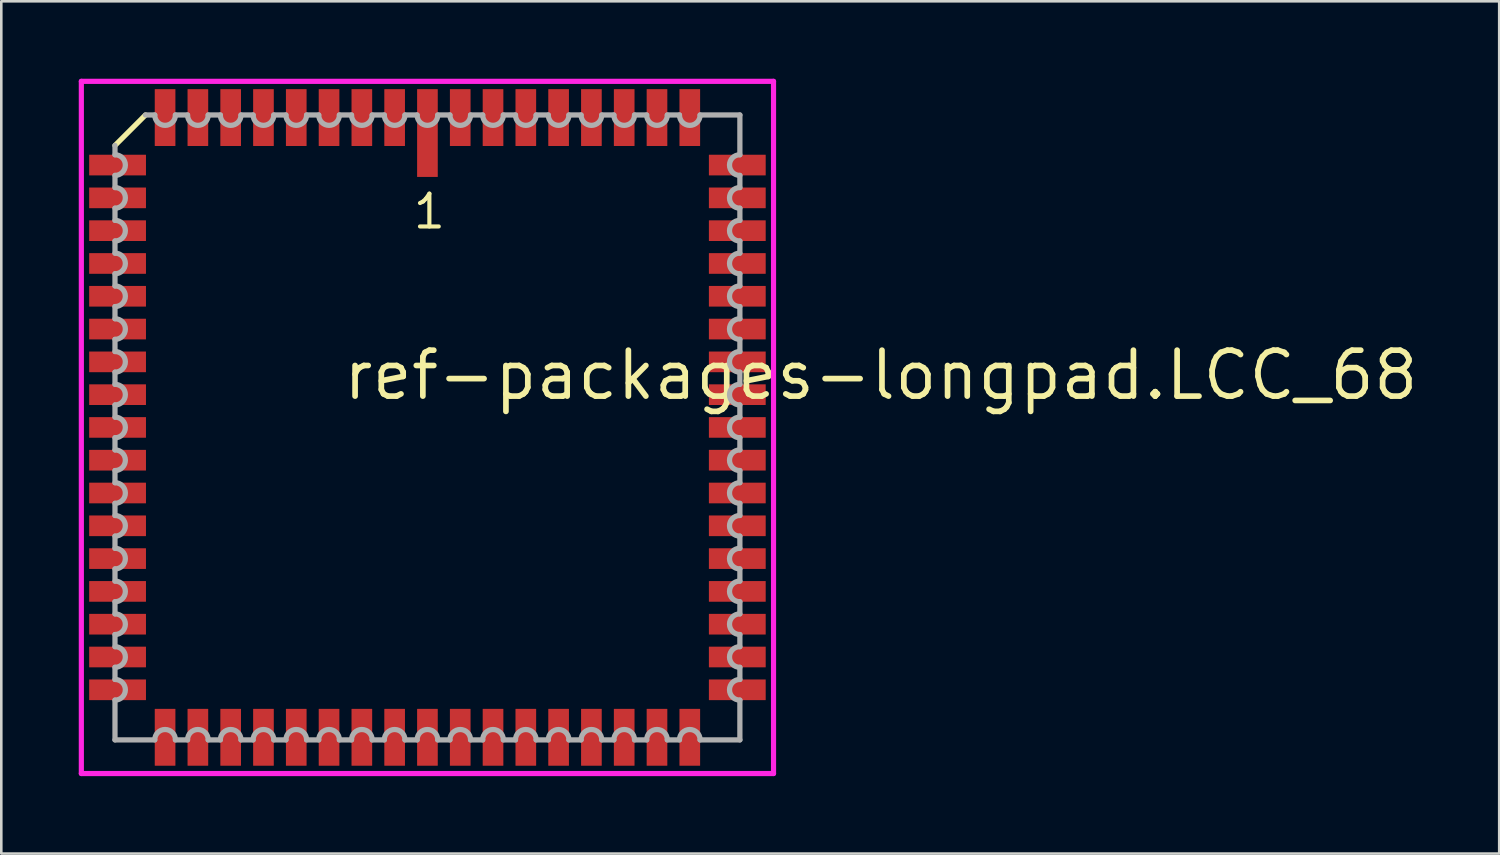
<source format=kicad_pcb>
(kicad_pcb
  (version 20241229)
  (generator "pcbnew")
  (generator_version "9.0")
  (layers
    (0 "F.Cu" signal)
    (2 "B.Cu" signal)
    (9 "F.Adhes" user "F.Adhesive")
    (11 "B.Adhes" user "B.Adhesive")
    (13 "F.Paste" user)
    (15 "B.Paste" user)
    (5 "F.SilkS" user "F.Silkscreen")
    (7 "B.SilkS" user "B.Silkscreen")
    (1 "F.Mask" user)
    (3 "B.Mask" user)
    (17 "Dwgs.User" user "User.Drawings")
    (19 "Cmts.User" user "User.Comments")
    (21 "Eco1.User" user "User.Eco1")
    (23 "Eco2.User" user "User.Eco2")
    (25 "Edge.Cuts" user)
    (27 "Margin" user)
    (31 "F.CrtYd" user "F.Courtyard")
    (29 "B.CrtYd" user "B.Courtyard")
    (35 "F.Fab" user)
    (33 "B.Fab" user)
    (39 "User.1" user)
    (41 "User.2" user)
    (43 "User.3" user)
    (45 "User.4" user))
  (footprint "ref-packages-longpad.LCC_68"
    (layer "F.Cu")
    (at 13.503 13.503)
    (property "Reference" "ref-packages-longpad.LCC_68" (at -3.37 -0.985 0) (layer "F.SilkS") (effects (font (size 1.778 1.778) (thickness 0.22)) (justify left bottom)))
    (attr smd)
    (fp_line (start -10.92 -12.1) (end -12.1 -10.92) (stroke (width 0.203) (type default)) (layer "F.SilkS"))
    (fp_line (start -13.403 -13.403) (end 13.403 -13.403) (stroke (width 0.2) (type default)) (layer "F.CrtYd"))
    (fp_line (start -13.403 13.403) (end -13.403 -13.403) (stroke (width 0.2) (type default)) (layer "F.CrtYd"))
    (fp_line (start 13.403 -13.403) (end 13.403 13.403) (stroke (width 0.2) (type default)) (layer "F.CrtYd"))
    (fp_line (start 13.403 13.403) (end -13.403 13.403) (stroke (width 0.2) (type default)) (layer "F.CrtYd"))
    (fp_line (start -12.1 -10.92) (end -12.1 -10.56) (stroke (width 0.203) (type default)) (layer "F.Fab"))
    (fp_line (start -12.1 -9.76) (end -12.1 -9.29) (stroke (width 0.203) (type default)) (layer "F.Fab"))
    (fp_line (start -12.1 -8.49) (end -12.1 -8.02) (stroke (width 0.203) (type default)) (layer "F.Fab"))
    (fp_line (start -12.1 -7.22) (end -12.1 -6.75) (stroke (width 0.203) (type default)) (layer "F.Fab"))
    (fp_line (start -12.1 -5.95) (end -12.1 -5.48) (stroke (width 0.203) (type default)) (layer "F.Fab"))
    (fp_line (start -12.1 -4.68) (end -12.1 -4.21) (stroke (width 0.203) (type default)) (layer "F.Fab"))
    (fp_line (start -12.1 -3.41) (end -12.1 -2.94) (stroke (width 0.203) (type default)) (layer "F.Fab"))
    (fp_line (start -12.1 -2.14) (end -12.1 -1.67) (stroke (width 0.203) (type default)) (layer "F.Fab"))
    (fp_line (start -12.1 -0.87) (end -12.1 -0.4) (stroke (width 0.203) (type default)) (layer "F.Fab"))
    (fp_line (start -12.1 0.4) (end -12.1 0.87) (stroke (width 0.203) (type default)) (layer "F.Fab"))
    (fp_line (start -12.1 1.67) (end -12.1 2.14) (stroke (width 0.203) (type default)) (layer "F.Fab"))
    (fp_line (start -12.1 2.94) (end -12.1 3.41) (stroke (width 0.203) (type default)) (layer "F.Fab"))
    (fp_line (start -12.1 4.21) (end -12.1 4.68) (stroke (width 0.203) (type default)) (layer "F.Fab"))
    (fp_line (start -12.1 5.48) (end -12.1 5.95) (stroke (width 0.203) (type default)) (layer "F.Fab"))
    (fp_line (start -12.1 6.75) (end -12.1 7.22) (stroke (width 0.203) (type default)) (layer "F.Fab"))
    (fp_line (start -12.1 8.02) (end -12.1 8.49) (stroke (width 0.203) (type default)) (layer "F.Fab"))
    (fp_line (start -12.1 9.29) (end -12.1 9.76) (stroke (width 0.203) (type default)) (layer "F.Fab"))
    (fp_line (start -12.1 10.56) (end -12.1 12.1) (stroke (width 0.203) (type default)) (layer "F.Fab"))
    (fp_line (start -12.1 12.1) (end -10.56 12.1) (stroke (width 0.203) (type default)) (layer "F.Fab"))
    (fp_line (start -10.56 -12.1) (end -10.92 -12.1) (stroke (width 0.203) (type default)) (layer "F.Fab"))
    (fp_line (start -9.76 12.1) (end -9.29 12.1) (stroke (width 0.203) (type default)) (layer "F.Fab"))
    (fp_line (start -9.29 -12.1) (end -9.76 -12.1) (stroke (width 0.203) (type default)) (layer "F.Fab"))
    (fp_line (start -8.49 12.1) (end -8.02 12.1) (stroke (width 0.203) (type default)) (layer "F.Fab"))
    (fp_line (start -8.02 -12.1) (end -8.49 -12.1) (stroke (width 0.203) (type default)) (layer "F.Fab"))
    (fp_line (start -7.22 12.1) (end -6.75 12.1) (stroke (width 0.203) (type default)) (layer "F.Fab"))
    (fp_line (start -6.75 -12.1) (end -7.22 -12.1) (stroke (width 0.203) (type default)) (layer "F.Fab"))
    (fp_line (start -5.95 12.1) (end -5.48 12.1) (stroke (width 0.203) (type default)) (layer "F.Fab"))
    (fp_line (start -5.48 -12.1) (end -5.95 -12.1) (stroke (width 0.203) (type default)) (layer "F.Fab"))
    (fp_line (start -4.68 12.1) (end -4.21 12.1) (stroke (width 0.203) (type default)) (layer "F.Fab"))
    (fp_line (start -4.21 -12.1) (end -4.68 -12.1) (stroke (width 0.203) (type default)) (layer "F.Fab"))
    (fp_line (start -3.41 12.1) (end -2.94 12.1) (stroke (width 0.203) (type default)) (layer "F.Fab"))
    (fp_line (start -2.94 -12.1) (end -3.41 -12.1) (stroke (width 0.203) (type default)) (layer "F.Fab"))
    (fp_line (start -2.14 12.1) (end -1.67 12.1) (stroke (width 0.203) (type default)) (layer "F.Fab"))
    (fp_line (start -1.67 -12.1) (end -2.14 -12.1) (stroke (width 0.203) (type default)) (layer "F.Fab"))
    (fp_line (start -0.87 12.1) (end -0.4 12.1) (stroke (width 0.203) (type default)) (layer "F.Fab"))
    (fp_line (start -0.4 -12.1) (end -0.87 -12.1) (stroke (width 0.203) (type default)) (layer "F.Fab"))
    (fp_line (start 0.4 12.1) (end 0.87 12.1) (stroke (width 0.203) (type default)) (layer "F.Fab"))
    (fp_line (start 0.87 -12.1) (end 0.4 -12.1) (stroke (width 0.203) (type default)) (layer "F.Fab"))
    (fp_line (start 1.67 12.1) (end 2.14 12.1) (stroke (width 0.203) (type default)) (layer "F.Fab"))
    (fp_line (start 2.14 -12.1) (end 1.67 -12.1) (stroke (width 0.203) (type default)) (layer "F.Fab"))
    (fp_line (start 2.94 12.1) (end 3.41 12.1) (stroke (width 0.203) (type default)) (layer "F.Fab"))
    (fp_line (start 3.41 -12.1) (end 2.94 -12.1) (stroke (width 0.203) (type default)) (layer "F.Fab"))
    (fp_line (start 4.21 12.1) (end 4.68 12.1) (stroke (width 0.203) (type default)) (layer "F.Fab"))
    (fp_line (start 4.68 -12.1) (end 4.21 -12.1) (stroke (width 0.203) (type default)) (layer "F.Fab"))
    (fp_line (start 5.48 12.1) (end 5.95 12.1) (stroke (width 0.203) (type default)) (layer "F.Fab"))
    (fp_line (start 5.95 -12.1) (end 5.48 -12.1) (stroke (width 0.203) (type default)) (layer "F.Fab"))
    (fp_line (start 6.75 12.1) (end 7.22 12.1) (stroke (width 0.203) (type default)) (layer "F.Fab"))
    (fp_line (start 7.22 -12.1) (end 6.75 -12.1) (stroke (width 0.203) (type default)) (layer "F.Fab"))
    (fp_line (start 8.02 12.1) (end 8.49 12.1) (stroke (width 0.203) (type default)) (layer "F.Fab"))
    (fp_line (start 8.49 -12.1) (end 8.02 -12.1) (stroke (width 0.203) (type default)) (layer "F.Fab"))
    (fp_line (start 9.29 12.1) (end 9.76 12.1) (stroke (width 0.203) (type default)) (layer "F.Fab"))
    (fp_line (start 9.76 -12.1) (end 9.29 -12.1) (stroke (width 0.203) (type default)) (layer "F.Fab"))
    (fp_line (start 10.56 12.1) (end 12.1 12.1) (stroke (width 0.203) (type default)) (layer "F.Fab"))
    (fp_line (start 12.1 -12.1) (end 10.56 -12.1) (stroke (width 0.203) (type default)) (layer "F.Fab"))
    (fp_line (start 12.1 -10.56) (end 12.1 -12.1) (stroke (width 0.203) (type default)) (layer "F.Fab"))
    (fp_line (start 12.1 -9.29) (end 12.1 -9.76) (stroke (width 0.203) (type default)) (layer "F.Fab"))
    (fp_line (start 12.1 -8.02) (end 12.1 -8.49) (stroke (width 0.203) (type default)) (layer "F.Fab"))
    (fp_line (start 12.1 -6.75) (end 12.1 -7.22) (stroke (width 0.203) (type default)) (layer "F.Fab"))
    (fp_line (start 12.1 -5.48) (end 12.1 -5.95) (stroke (width 0.203) (type default)) (layer "F.Fab"))
    (fp_line (start 12.1 -4.21) (end 12.1 -4.68) (stroke (width 0.203) (type default)) (layer "F.Fab"))
    (fp_line (start 12.1 -2.94) (end 12.1 -3.41) (stroke (width 0.203) (type default)) (layer "F.Fab"))
    (fp_line (start 12.1 -1.67) (end 12.1 -2.14) (stroke (width 0.203) (type default)) (layer "F.Fab"))
    (fp_line (start 12.1 -0.4) (end 12.1 -0.87) (stroke (width 0.203) (type default)) (layer "F.Fab"))
    (fp_line (start 12.1 0.87) (end 12.1 0.4) (stroke (width 0.203) (type default)) (layer "F.Fab"))
    (fp_line (start 12.1 2.14) (end 12.1 1.67) (stroke (width 0.203) (type default)) (layer "F.Fab"))
    (fp_line (start 12.1 3.41) (end 12.1 2.94) (stroke (width 0.203) (type default)) (layer "F.Fab"))
    (fp_line (start 12.1 4.68) (end 12.1 4.21) (stroke (width 0.203) (type default)) (layer "F.Fab"))
    (fp_line (start 12.1 5.95) (end 12.1 5.48) (stroke (width 0.203) (type default)) (layer "F.Fab"))
    (fp_line (start 12.1 7.22) (end 12.1 6.75) (stroke (width 0.203) (type default)) (layer "F.Fab"))
    (fp_line (start 12.1 8.49) (end 12.1 8.02) (stroke (width 0.203) (type default)) (layer "F.Fab"))
    (fp_line (start 12.1 9.76) (end 12.1 9.29) (stroke (width 0.203) (type default)) (layer "F.Fab"))
    (fp_line (start 12.1 12.1) (end 12.1 10.56) (stroke (width 0.203) (type default)) (layer "F.Fab"))
    (fp_arc (start -12.0983 -10.56) (mid -11.6983 -10.16) (end -12.0983 -9.76) (stroke (width 0.2032) (type default)) (layer "F.Fab"))
    (fp_arc (start -12.0983 -9.29) (mid -11.6983 -8.89) (end -12.0983 -8.49) (stroke (width 0.2032) (type default)) (layer "F.Fab"))
    (fp_arc (start -12.0983 -8.02) (mid -11.6983 -7.62) (end -12.0983 -7.22) (stroke (width 0.2032) (type default)) (layer "F.Fab"))
    (fp_arc (start -12.0983 -6.75) (mid -11.6983 -6.35) (end -12.0983 -5.95) (stroke (width 0.2032) (type default)) (layer "F.Fab"))
    (fp_arc (start -12.0983 -5.48) (mid -11.6983 -5.08) (end -12.0983 -4.68) (stroke (width 0.2032) (type default)) (layer "F.Fab"))
    (fp_arc (start -12.0983 -4.21) (mid -11.6983 -3.81) (end -12.0983 -3.41) (stroke (width 0.2032) (type default)) (layer "F.Fab"))
    (fp_arc (start -12.0983 -2.94) (mid -11.6983 -2.54) (end -12.0983 -2.14) (stroke (width 0.2032) (type default)) (layer "F.Fab"))
    (fp_arc (start -12.0983 -1.67) (mid -11.6983 -1.27) (end -12.0983 -0.87) (stroke (width 0.2032) (type default)) (layer "F.Fab"))
    (fp_arc (start -12.0983 -0.4001) (mid -11.6982 0) (end -12.0983 0.4001) (stroke (width 0.2032) (type default)) (layer "F.Fab"))
    (fp_arc (start -12.0983 0.8699) (mid -11.6982 1.27) (end -12.0983 1.6701) (stroke (width 0.2032) (type default)) (layer "F.Fab"))
    (fp_arc (start -12.0983 2.1399) (mid -11.6982 2.54) (end -12.0983 2.9401) (stroke (width 0.2032) (type default)) (layer "F.Fab"))
    (fp_arc (start -12.0983 3.4099) (mid -11.6982 3.81) (end -12.0983 4.2101) (stroke (width 0.2032) (type default)) (layer "F.Fab"))
    (fp_arc (start -12.0983 4.6799) (mid -11.6982 5.08) (end -12.0983 5.4801) (stroke (width 0.2032) (type default)) (layer "F.Fab"))
    (fp_arc (start -12.0983 5.9499) (mid -11.6982 6.35) (end -12.0983 6.7501) (stroke (width 0.2032) (type default)) (layer "F.Fab"))
    (fp_arc (start -12.0983 7.2199) (mid -11.6982 7.62) (end -12.0983 8.0201) (stroke (width 0.2032) (type default)) (layer "F.Fab"))
    (fp_arc (start -12.0983 8.4899) (mid -11.6982 8.89) (end -12.0983 9.2901) (stroke (width 0.2032) (type default)) (layer "F.Fab"))
    (fp_arc (start -12.0983 9.7599) (mid -11.6982 10.16) (end -12.0983 10.5601) (stroke (width 0.2032) (type default)) (layer "F.Fab"))
    (fp_arc (start -10.5601 12.0983) (mid -10.16 11.6982) (end -9.7599 12.0983) (stroke (width 0.2032) (type default)) (layer "F.Fab"))
    (fp_arc (start -9.7599 -12.0983) (mid -10.16 -11.6982) (end -10.5601 -12.0983) (stroke (width 0.2032) (type default)) (layer "F.Fab"))
    (fp_arc (start -9.2901 12.0983) (mid -8.89 11.6982) (end -8.4899 12.0983) (stroke (width 0.2032) (type default)) (layer "F.Fab"))
    (fp_arc (start -8.4899 -12.0983) (mid -8.89 -11.6982) (end -9.2901 -12.0983) (stroke (width 0.2032) (type default)) (layer "F.Fab"))
    (fp_arc (start -8.0201 12.0983) (mid -7.62 11.6982) (end -7.2199 12.0983) (stroke (width 0.2032) (type default)) (layer "F.Fab"))
    (fp_arc (start -7.2199 -12.0983) (mid -7.62 -11.6982) (end -8.0201 -12.0983) (stroke (width 0.2032) (type default)) (layer "F.Fab"))
    (fp_arc (start -6.7501 12.0983) (mid -6.35 11.6982) (end -5.9499 12.0983) (stroke (width 0.2032) (type default)) (layer "F.Fab"))
    (fp_arc (start -5.9499 -12.0983) (mid -6.35 -11.6982) (end -6.7501 -12.0983) (stroke (width 0.2032) (type default)) (layer "F.Fab"))
    (fp_arc (start -5.4801 12.0983) (mid -5.08 11.6982) (end -4.6799 12.0983) (stroke (width 0.2032) (type default)) (layer "F.Fab"))
    (fp_arc (start -4.6799 -12.0983) (mid -5.08 -11.6982) (end -5.4801 -12.0983) (stroke (width 0.2032) (type default)) (layer "F.Fab"))
    (fp_arc (start -4.2101 12.0983) (mid -3.81 11.6982) (end -3.4099 12.0983) (stroke (width 0.2032) (type default)) (layer "F.Fab"))
    (fp_arc (start -3.4099 -12.0983) (mid -3.81 -11.6982) (end -4.2101 -12.0983) (stroke (width 0.2032) (type default)) (layer "F.Fab"))
    (fp_arc (start -2.9401 12.0983) (mid -2.54 11.6982) (end -2.1399 12.0983) (stroke (width 0.2032) (type default)) (layer "F.Fab"))
    (fp_arc (start -2.1399 -12.0983) (mid -2.54 -11.6982) (end -2.9401 -12.0983) (stroke (width 0.2032) (type default)) (layer "F.Fab"))
    (fp_arc (start -1.6701 12.0983) (mid -1.27 11.6982) (end -0.8699 12.0983) (stroke (width 0.2032) (type default)) (layer "F.Fab"))
    (fp_arc (start -0.8699 -12.0983) (mid -1.27 -11.6982) (end -1.6701 -12.0983) (stroke (width 0.2032) (type default)) (layer "F.Fab"))
    (fp_arc (start -0.4001 12.0983) (mid 0 11.6982) (end 0.4001 12.0983) (stroke (width 0.2032) (type default)) (layer "F.Fab"))
    (fp_arc (start 0.4001 -12.0983) (mid 0 -11.6982) (end -0.4001 -12.0983) (stroke (width 0.2032) (type default)) (layer "F.Fab"))
    (fp_arc (start 0.87 12.0983) (mid 1.27 11.6983) (end 1.67 12.0983) (stroke (width 0.2032) (type default)) (layer "F.Fab"))
    (fp_arc (start 1.67 -12.0983) (mid 1.27 -11.6983) (end 0.87 -12.0983) (stroke (width 0.2032) (type default)) (layer "F.Fab"))
    (fp_arc (start 2.14 12.0983) (mid 2.54 11.6983) (end 2.94 12.0983) (stroke (width 0.2032) (type default)) (layer "F.Fab"))
    (fp_arc (start 2.94 -12.0983) (mid 2.54 -11.6983) (end 2.14 -12.0983) (stroke (width 0.2032) (type default)) (layer "F.Fab"))
    (fp_arc (start 3.41 12.0983) (mid 3.81 11.6983) (end 4.21 12.0983) (stroke (width 0.2032) (type default)) (layer "F.Fab"))
    (fp_arc (start 4.21 -12.0983) (mid 3.81 -11.6983) (end 3.41 -12.0983) (stroke (width 0.2032) (type default)) (layer "F.Fab"))
    (fp_arc (start 4.68 12.0983) (mid 5.08 11.6983) (end 5.48 12.0983) (stroke (width 0.2032) (type default)) (layer "F.Fab"))
    (fp_arc (start 5.48 -12.0983) (mid 5.08 -11.6983) (end 4.68 -12.0983) (stroke (width 0.2032) (type default)) (layer "F.Fab"))
    (fp_arc (start 5.95 12.0983) (mid 6.35 11.6983) (end 6.75 12.0983) (stroke (width 0.2032) (type default)) (layer "F.Fab"))
    (fp_arc (start 6.75 -12.0983) (mid 6.35 -11.6983) (end 5.95 -12.0983) (stroke (width 0.2032) (type default)) (layer "F.Fab"))
    (fp_arc (start 7.22 12.0983) (mid 7.62 11.6983) (end 8.02 12.0983) (stroke (width 0.2032) (type default)) (layer "F.Fab"))
    (fp_arc (start 8.02 -12.0983) (mid 7.62 -11.6983) (end 7.22 -12.0983) (stroke (width 0.2032) (type default)) (layer "F.Fab"))
    (fp_arc (start 8.49 12.0983) (mid 8.89 11.6983) (end 9.29 12.0983) (stroke (width 0.2032) (type default)) (layer "F.Fab"))
    (fp_arc (start 9.29 -12.0983) (mid 8.89 -11.6983) (end 8.49 -12.0983) (stroke (width 0.2032) (type default)) (layer "F.Fab"))
    (fp_arc (start 9.76 12.0983) (mid 10.16 11.6983) (end 10.56 12.0983) (stroke (width 0.2032) (type default)) (layer "F.Fab"))
    (fp_arc (start 10.56 -12.0983) (mid 10.16 -11.6983) (end 9.76 -12.0983) (stroke (width 0.2032) (type default)) (layer "F.Fab"))
    (fp_arc (start 12.0983 -9.7599) (mid 11.6982 -10.16) (end 12.0983 -10.5601) (stroke (width 0.2032) (type default)) (layer "F.Fab"))
    (fp_arc (start 12.0983 -8.4899) (mid 11.6982 -8.89) (end 12.0983 -9.2901) (stroke (width 0.2032) (type default)) (layer "F.Fab"))
    (fp_arc (start 12.0983 -7.2199) (mid 11.6982 -7.62) (end 12.0983 -8.0201) (stroke (width 0.2032) (type default)) (layer "F.Fab"))
    (fp_arc (start 12.0983 -5.9499) (mid 11.6982 -6.35) (end 12.0983 -6.7501) (stroke (width 0.2032) (type default)) (layer "F.Fab"))
    (fp_arc (start 12.0983 -4.6799) (mid 11.6982 -5.08) (end 12.0983 -5.4801) (stroke (width 0.2032) (type default)) (layer "F.Fab"))
    (fp_arc (start 12.0983 -3.4099) (mid 11.6982 -3.81) (end 12.0983 -4.2101) (stroke (width 0.2032) (type default)) (layer "F.Fab"))
    (fp_arc (start 12.0983 -2.14) (mid 11.6983 -2.54) (end 12.0983 -2.94) (stroke (width 0.2032) (type default)) (layer "F.Fab"))
    (fp_arc (start 12.0983 -0.87) (mid 11.6983 -1.27) (end 12.0983 -1.67) (stroke (width 0.2032) (type default)) (layer "F.Fab"))
    (fp_arc (start 12.0983 0.4001) (mid 11.6982 0) (end 12.0983 -0.4001) (stroke (width 0.2032) (type default)) (layer "F.Fab"))
    (fp_arc (start 12.0983 1.6701) (mid 11.6982 1.27) (end 12.0983 0.8699) (stroke (width 0.2032) (type default)) (layer "F.Fab"))
    (fp_arc (start 12.0983 2.94) (mid 11.6983 2.54) (end 12.0983 2.14) (stroke (width 0.2032) (type default)) (layer "F.Fab"))
    (fp_arc (start 12.0983 4.21) (mid 11.6983 3.81) (end 12.0983 3.41) (stroke (width 0.2032) (type default)) (layer "F.Fab"))
    (fp_arc (start 12.0983 5.48) (mid 11.6983 5.08) (end 12.0983 4.68) (stroke (width 0.2032) (type default)) (layer "F.Fab"))
    (fp_arc (start 12.0983 6.75) (mid 11.6983 6.35) (end 12.0983 5.95) (stroke (width 0.2032) (type default)) (layer "F.Fab"))
    (fp_arc (start 12.0983 8.02) (mid 11.6983 7.62) (end 12.0983 7.22) (stroke (width 0.2032) (type default)) (layer "F.Fab"))
    (fp_arc (start 12.0983 9.29) (mid 11.6983 8.89) (end 12.0983 8.49) (stroke (width 0.2032) (type default)) (layer "F.Fab"))
    (fp_arc (start 12.0983 10.56) (mid 11.6983 10.16) (end 12.0983 9.76) (stroke (width 0.2032) (type default)) (layer "F.Fab"))
    (fp_text user "1" (at -0.635 -7.62 0) (layer "F.SilkS") (effects (font (size 1.27 1.27) (thickness 0.16)) (justify left bottom)))
    (pad "1" smd roundrect (at 0 -11.4) (size 0.8 3.4) (layers "F.Cu" "F.Mask" "F.Paste") (roundrect_rratio 0.01))
    (pad "2" smd roundrect (at -1.27 -12) (size 0.8 2.2) (layers "F.Cu" "F.Mask" "F.Paste") (roundrect_rratio 0.01))
    (pad "3" smd roundrect (at -2.54 -12) (size 0.8 2.2) (layers "F.Cu" "F.Mask" "F.Paste") (roundrect_rratio 0.01))
    (pad "4" smd roundrect (at -3.81 -12) (size 0.8 2.2) (layers "F.Cu" "F.Mask" "F.Paste") (roundrect_rratio 0.01))
    (pad "5" smd roundrect (at -5.08 -12) (size 0.8 2.2) (layers "F.Cu" "F.Mask" "F.Paste") (roundrect_rratio 0.01))
    (pad "6" smd roundrect (at -6.35 -12) (size 0.8 2.2) (layers "F.Cu" "F.Mask" "F.Paste") (roundrect_rratio 0.01))
    (pad "7" smd roundrect (at -7.62 -12) (size 0.8 2.2) (layers "F.Cu" "F.Mask" "F.Paste") (roundrect_rratio 0.01))
    (pad "8" smd roundrect (at -8.89 -12) (size 0.8 2.2) (layers "F.Cu" "F.Mask" "F.Paste") (roundrect_rratio 0.01))
    (pad "9" smd roundrect (at -10.16 -12) (size 0.8 2.2) (layers "F.Cu" "F.Mask" "F.Paste") (roundrect_rratio 0.01))
    (pad "10" smd roundrect (at -12 -10.16) (size 2.2 0.8) (layers "F.Cu" "F.Mask" "F.Paste") (roundrect_rratio 0.01))
    (pad "11" smd roundrect (at -12 -8.89) (size 2.2 0.8) (layers "F.Cu" "F.Mask" "F.Paste") (roundrect_rratio 0.01))
    (pad "12" smd roundrect (at -12 -7.62) (size 2.2 0.8) (layers "F.Cu" "F.Mask" "F.Paste") (roundrect_rratio 0.01))
    (pad "13" smd roundrect (at -12 -6.35) (size 2.2 0.8) (layers "F.Cu" "F.Mask" "F.Paste") (roundrect_rratio 0.01))
    (pad "14" smd roundrect (at -12 -5.08) (size 2.2 0.8) (layers "F.Cu" "F.Mask" "F.Paste") (roundrect_rratio 0.01))
    (pad "15" smd roundrect (at -12 -3.81) (size 2.2 0.8) (layers "F.Cu" "F.Mask" "F.Paste") (roundrect_rratio 0.01))
    (pad "16" smd roundrect (at -12 -2.54) (size 2.2 0.8) (layers "F.Cu" "F.Mask" "F.Paste") (roundrect_rratio 0.01))
    (pad "17" smd roundrect (at -12 -1.27) (size 2.2 0.8) (layers "F.Cu" "F.Mask" "F.Paste") (roundrect_rratio 0.01))
    (pad "18" smd roundrect (at -12 0) (size 2.2 0.8) (layers "F.Cu" "F.Mask" "F.Paste") (roundrect_rratio 0.01))
    (pad "19" smd roundrect (at -12 1.27) (size 2.2 0.8) (layers "F.Cu" "F.Mask" "F.Paste") (roundrect_rratio 0.01))
    (pad "20" smd roundrect (at -12 2.54) (size 2.2 0.8) (layers "F.Cu" "F.Mask" "F.Paste") (roundrect_rratio 0.01))
    (pad "21" smd roundrect (at -12 3.81) (size 2.2 0.8) (layers "F.Cu" "F.Mask" "F.Paste") (roundrect_rratio 0.01))
    (pad "22" smd roundrect (at -12 5.08) (size 2.2 0.8) (layers "F.Cu" "F.Mask" "F.Paste") (roundrect_rratio 0.01))
    (pad "23" smd roundrect (at -12 6.35) (size 2.2 0.8) (layers "F.Cu" "F.Mask" "F.Paste") (roundrect_rratio 0.01))
    (pad "24" smd roundrect (at -12 7.62) (size 2.2 0.8) (layers "F.Cu" "F.Mask" "F.Paste") (roundrect_rratio 0.01))
    (pad "25" smd roundrect (at -12 8.89) (size 2.2 0.8) (layers "F.Cu" "F.Mask" "F.Paste") (roundrect_rratio 0.01))
    (pad "26" smd roundrect (at -12 10.16) (size 2.2 0.8) (layers "F.Cu" "F.Mask" "F.Paste") (roundrect_rratio 0.01))
    (pad "27" smd roundrect (at -10.16 12) (size 0.8 2.2) (layers "F.Cu" "F.Mask" "F.Paste") (roundrect_rratio 0.01))
    (pad "28" smd roundrect (at -8.89 12) (size 0.8 2.2) (layers "F.Cu" "F.Mask" "F.Paste") (roundrect_rratio 0.01))
    (pad "29" smd roundrect (at -7.62 12) (size 0.8 2.2) (layers "F.Cu" "F.Mask" "F.Paste") (roundrect_rratio 0.01))
    (pad "30" smd roundrect (at -6.35 12) (size 0.8 2.2) (layers "F.Cu" "F.Mask" "F.Paste") (roundrect_rratio 0.01))
    (pad "31" smd roundrect (at -5.08 12) (size 0.8 2.2) (layers "F.Cu" "F.Mask" "F.Paste") (roundrect_rratio 0.01))
    (pad "32" smd roundrect (at -3.81 12) (size 0.8 2.2) (layers "F.Cu" "F.Mask" "F.Paste") (roundrect_rratio 0.01))
    (pad "33" smd roundrect (at -2.54 12) (size 0.8 2.2) (layers "F.Cu" "F.Mask" "F.Paste") (roundrect_rratio 0.01))
    (pad "34" smd roundrect (at -1.27 12) (size 0.8 2.2) (layers "F.Cu" "F.Mask" "F.Paste") (roundrect_rratio 0.01))
    (pad "35" smd roundrect (at 0 12) (size 0.8 2.2) (layers "F.Cu" "F.Mask" "F.Paste") (roundrect_rratio 0.01))
    (pad "36" smd roundrect (at 1.27 12) (size 0.8 2.2) (layers "F.Cu" "F.Mask" "F.Paste") (roundrect_rratio 0.01))
    (pad "37" smd roundrect (at 2.54 12) (size 0.8 2.2) (layers "F.Cu" "F.Mask" "F.Paste") (roundrect_rratio 0.01))
    (pad "38" smd roundrect (at 3.81 12) (size 0.8 2.2) (layers "F.Cu" "F.Mask" "F.Paste") (roundrect_rratio 0.01))
    (pad "39" smd roundrect (at 5.08 12) (size 0.8 2.2) (layers "F.Cu" "F.Mask" "F.Paste") (roundrect_rratio 0.01))
    (pad "40" smd roundrect (at 6.35 12) (size 0.8 2.2) (layers "F.Cu" "F.Mask" "F.Paste") (roundrect_rratio 0.01))
    (pad "41" smd roundrect (at 7.62 12) (size 0.8 2.2) (layers "F.Cu" "F.Mask" "F.Paste") (roundrect_rratio 0.01))
    (pad "42" smd roundrect (at 8.89 12) (size 0.8 2.2) (layers "F.Cu" "F.Mask" "F.Paste") (roundrect_rratio 0.01))
    (pad "43" smd roundrect (at 10.16 12) (size 0.8 2.2) (layers "F.Cu" "F.Mask" "F.Paste") (roundrect_rratio 0.01))
    (pad "44" smd roundrect (at 12 10.16) (size 2.2 0.8) (layers "F.Cu" "F.Mask" "F.Paste") (roundrect_rratio 0.01))
    (pad "45" smd roundrect (at 12 8.89) (size 2.2 0.8) (layers "F.Cu" "F.Mask" "F.Paste") (roundrect_rratio 0.01))
    (pad "46" smd roundrect (at 12 7.62) (size 2.2 0.8) (layers "F.Cu" "F.Mask" "F.Paste") (roundrect_rratio 0.01))
    (pad "47" smd roundrect (at 12 6.35) (size 2.2 0.8) (layers "F.Cu" "F.Mask" "F.Paste") (roundrect_rratio 0.01))
    (pad "48" smd roundrect (at 12 5.08) (size 2.2 0.8) (layers "F.Cu" "F.Mask" "F.Paste") (roundrect_rratio 0.01))
    (pad "49" smd roundrect (at 12 3.81) (size 2.2 0.8) (layers "F.Cu" "F.Mask" "F.Paste") (roundrect_rratio 0.01))
    (pad "50" smd roundrect (at 12 2.54) (size 2.2 0.8) (layers "F.Cu" "F.Mask" "F.Paste") (roundrect_rratio 0.01))
    (pad "51" smd roundrect (at 12 1.27) (size 2.2 0.8) (layers "F.Cu" "F.Mask" "F.Paste") (roundrect_rratio 0.01))
    (pad "52" smd roundrect (at 12 0) (size 2.2 0.8) (layers "F.Cu" "F.Mask" "F.Paste") (roundrect_rratio 0.01))
    (pad "53" smd roundrect (at 12 -1.27) (size 2.2 0.8) (layers "F.Cu" "F.Mask" "F.Paste") (roundrect_rratio 0.01))
    (pad "54" smd roundrect (at 12 -2.54) (size 2.2 0.8) (layers "F.Cu" "F.Mask" "F.Paste") (roundrect_rratio 0.01))
    (pad "55" smd roundrect (at 12 -3.81) (size 2.2 0.8) (layers "F.Cu" "F.Mask" "F.Paste") (roundrect_rratio 0.01))
    (pad "56" smd roundrect (at 12 -5.08) (size 2.2 0.8) (layers "F.Cu" "F.Mask" "F.Paste") (roundrect_rratio 0.01))
    (pad "57" smd roundrect (at 12 -6.35) (size 2.2 0.8) (layers "F.Cu" "F.Mask" "F.Paste") (roundrect_rratio 0.01))
    (pad "58" smd roundrect (at 12 -7.62) (size 2.2 0.8) (layers "F.Cu" "F.Mask" "F.Paste") (roundrect_rratio 0.01))
    (pad "59" smd roundrect (at 12 -8.89) (size 2.2 0.8) (layers "F.Cu" "F.Mask" "F.Paste") (roundrect_rratio 0.01))
    (pad "60" smd roundrect (at 12 -10.16) (size 2.2 0.8) (layers "F.Cu" "F.Mask" "F.Paste") (roundrect_rratio 0.01))
    (pad "61" smd roundrect (at 10.16 -12) (size 0.8 2.2) (layers "F.Cu" "F.Mask" "F.Paste") (roundrect_rratio 0.01))
    (pad "62" smd roundrect (at 8.89 -12) (size 0.8 2.2) (layers "F.Cu" "F.Mask" "F.Paste") (roundrect_rratio 0.01))
    (pad "63" smd roundrect (at 7.62 -12) (size 0.8 2.2) (layers "F.Cu" "F.Mask" "F.Paste") (roundrect_rratio 0.01))
    (pad "64" smd roundrect (at 6.35 -12) (size 0.8 2.2) (layers "F.Cu" "F.Mask" "F.Paste") (roundrect_rratio 0.01))
    (pad "65" smd roundrect (at 5.08 -12) (size 0.8 2.2) (layers "F.Cu" "F.Mask" "F.Paste") (roundrect_rratio 0.01))
    (pad "66" smd roundrect (at 3.81 -12) (size 0.8 2.2) (layers "F.Cu" "F.Mask" "F.Paste") (roundrect_rratio 0.01))
    (pad "67" smd roundrect (at 2.54 -12) (size 0.8 2.2) (layers "F.Cu" "F.Mask" "F.Paste") (roundrect_rratio 0.01))
    (pad "68" smd roundrect (at 1.27 -12) (size 0.8 2.2) (layers "F.Cu" "F.Mask" "F.Paste") (roundrect_rratio 0.01)))
  (gr_rect
    (start -3 -3)
    (end 55.009 30.006)
    (stroke (width 0.1) (type default))
    (fill no)
    (layer "Edge.Cuts")))
</source>
